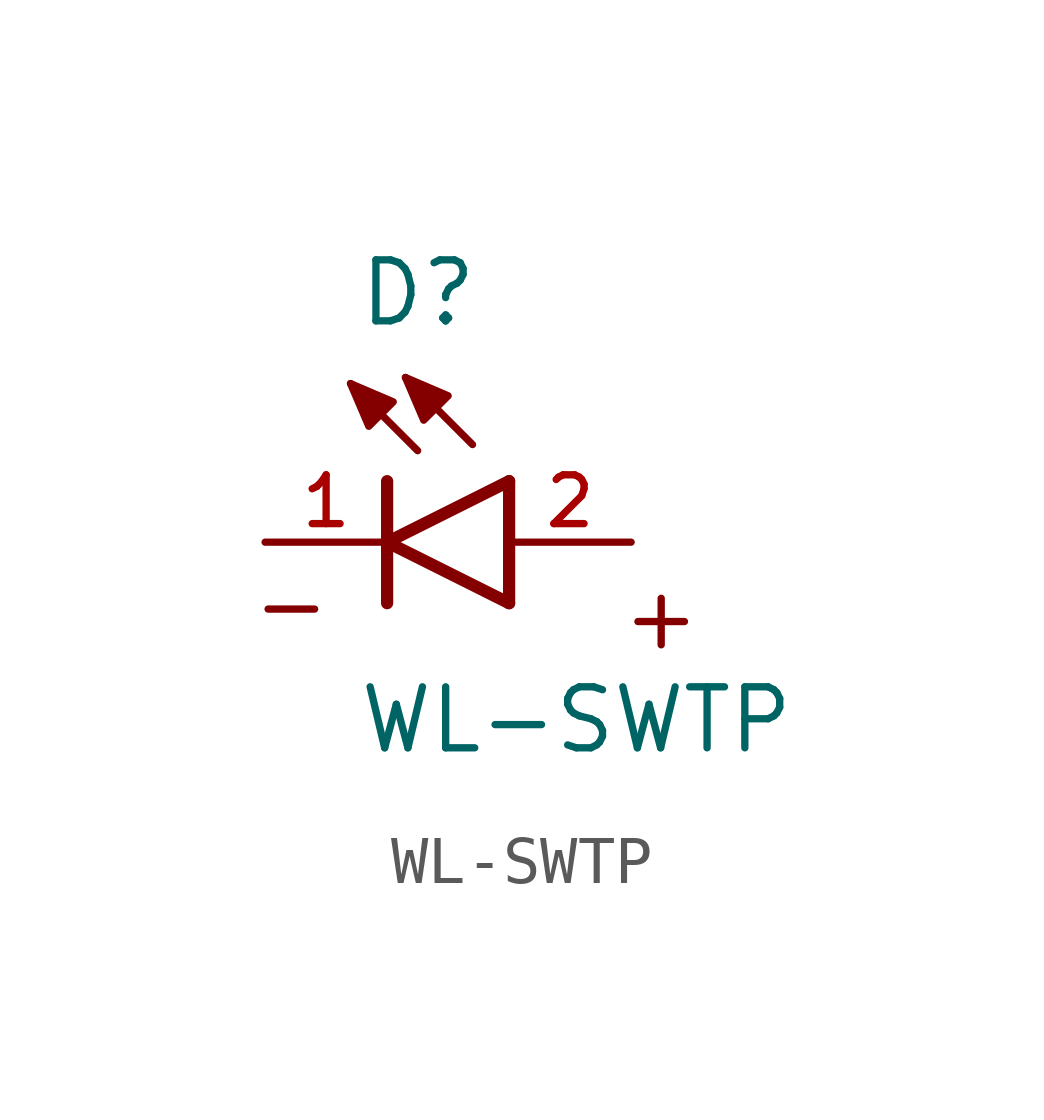
<source format=kicad_sym>
(kicad_symbol_lib
  (version 20211014)
  (generator kicad_symbol_editor)
  (symbol "WL-SWTP"
    (pin_names
      (offset 1.016))
    (property "Reference" "D"
      (at -0.635 4.445 0)
      (effects (font (size 1.27 1.27)) (justify bottom left)))
    (property "Value" "WL-SWTP"
      (at -0.635 -4.445 0)
      (effects (font (size 1.27 1.27)) (justify bottom left)))
    (symbol "WL-SWTP_0_0"
      (polyline (pts (xy 2.54 -1.27) (xy 0.0 0.0)) (stroke (width 0.254)))
      (polyline (pts (xy 0.0 0.0) (xy 2.54 1.27)) (stroke (width 0.254)))
      (polyline (pts (xy 0.0 -1.27) (xy 0.0 0.0)) (stroke (width 0.254)))
      (polyline (pts (xy 0.0 0.0) (xy 0.0 1.27)) (stroke (width 0.254)))
      (polyline (pts (xy 2.54 -1.27) (xy 2.54 1.27)) (stroke (width 0.254)))
      (polyline (pts (xy 1.778 2.032) (xy 0.381 3.429)) (stroke (width 0.152)))
      (polyline (pts (xy 0.635 1.905) (xy -0.762 3.302)) (stroke (width 0.152)))
      (polyline (pts (xy -0.381 2.413) (xy -0.762 3.302) (xy 0.127 2.921) (xy -0.381 2.413)) (stroke (width 0.152)) (fill (type outline)))
      (polyline (pts (xy 0.762 2.54) (xy 0.381 3.429) (xy 1.27 3.048) (xy 0.762 2.54)) (stroke (width 0.152)) (fill (type outline)))
      (text "-" (at -2.88 -2.04 0) (effects (font (size 1.27 1.27)) (justify bottom left)))
      (text "+" (at 4.82 -2.3 0) (effects (font (size 1.27 1.27)) (justify bottom left)))
      (pin bidirectional line (at -2.54 0.0 0) (length 2.54) (name "~" (effects (font (size 1.016 1.016)))) (number "1" (effects (font (size 1.016 1.016)))))
      (pin bidirectional line (at 5.08 0.0 180.0) (length 2.54) (name "~" (effects (font (size 1.016 1.016)))) (number "2" (effects (font (size 1.016 1.016))))))))
</source>
